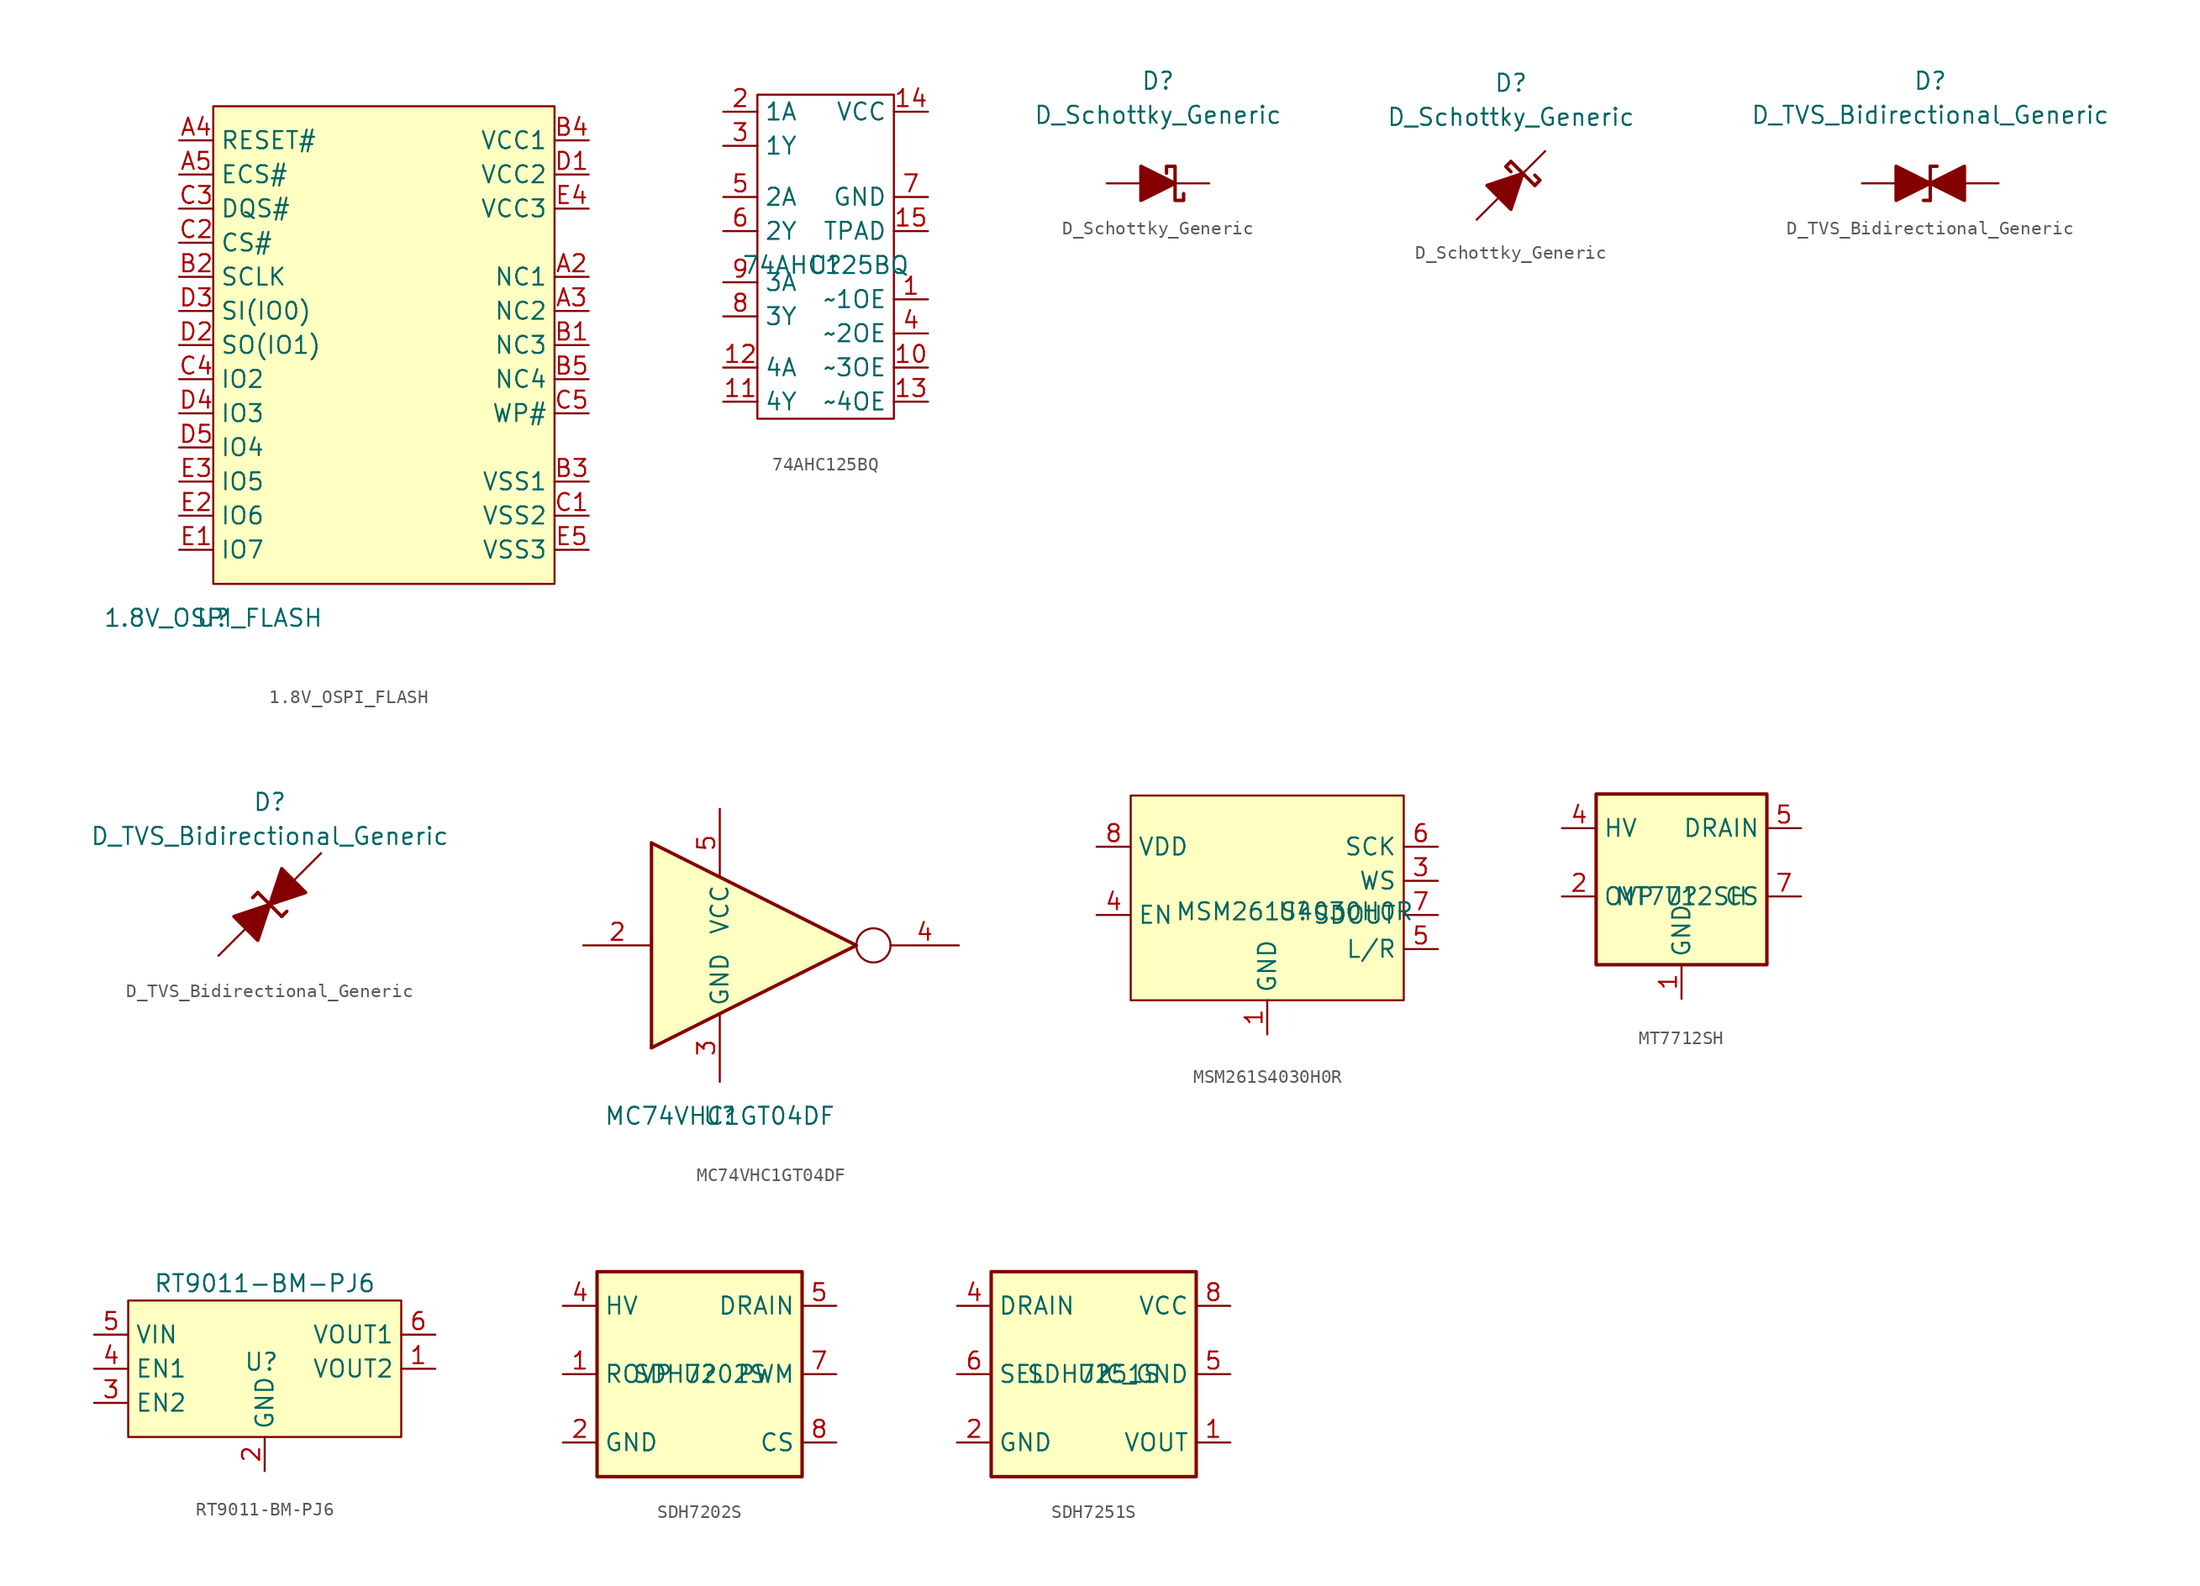
<source format=kicad_sym>
(kicad_symbol_lib
  (version 20241209)
  (generator "kicad_symbol_editor")
  (generator_version "9.0")
  (symbol "1.8V_OSPI_FLASH"
    (property "Reference" "U"
      (at 0 0 0)
      (effects (font (size 1.27 1.27))))
    (property "Value" "1.8V_OSPI_FLASH"
      (at 0 0 0)
      (effects (font (size 1.27 1.27))))
    (symbol "1.8V_OSPI_FLASH_0_0"
      (pin passive line (at -2.54 35.56 0) (length 2.54) (name "RESET#" (effects (font (size 1.27 1.27)))) (number "A4" (effects (font (size 1.27 1.27)))))
      (pin passive line (at -2.54 33.02 0) (length 2.54) (name "ECS#" (effects (font (size 1.27 1.27)))) (number "A5" (effects (font (size 1.27 1.27)))))
      (pin passive line (at -2.54 30.48 0) (length 2.54) (name "DQS#" (effects (font (size 1.27 1.27)))) (number "C3" (effects (font (size 1.27 1.27)))))
      (pin passive line (at -2.54 27.94 0) (length 2.54) (name "CS#" (effects (font (size 1.27 1.27)))) (number "C2" (effects (font (size 1.27 1.27)))))
      (pin passive line (at -2.54 25.4 0) (length 2.54) (name "SCLK" (effects (font (size 1.27 1.27)))) (number "B2" (effects (font (size 1.27 1.27)))))
      (pin passive line (at -2.54 22.86 0) (length 2.54) (name "SI(IO0)" (effects (font (size 1.27 1.27)))) (number "D3" (effects (font (size 1.27 1.27)))))
      (pin passive line (at -2.54 20.32 0) (length 2.54) (name "SO(IO1)" (effects (font (size 1.27 1.27)))) (number "D2" (effects (font (size 1.27 1.27)))))
      (pin passive line (at -2.54 17.78 0) (length 2.54) (name "IO2" (effects (font (size 1.27 1.27)))) (number "C4" (effects (font (size 1.27 1.27)))))
      (pin passive line (at -2.54 15.24 0) (length 2.54) (name "IO3" (effects (font (size 1.27 1.27)))) (number "D4" (effects (font (size 1.27 1.27)))))
      (pin passive line (at -2.54 12.7 0) (length 2.54) (name "IO4" (effects (font (size 1.27 1.27)))) (number "D5" (effects (font (size 1.27 1.27)))))
      (pin passive line (at -2.54 10.16 0) (length 2.54) (name "IO5" (effects (font (size 1.27 1.27)))) (number "E3" (effects (font (size 1.27 1.27)))))
      (pin passive line (at -2.54 7.62 0) (length 2.54) (name "IO6" (effects (font (size 1.27 1.27)))) (number "E2" (effects (font (size 1.27 1.27)))))
      (pin passive line (at -2.54 5.08 0) (length 2.54) (name "IO7" (effects (font (size 1.27 1.27)))) (number "E1" (effects (font (size 1.27 1.27)))))
      (pin passive line (at 27.94 35.56 180) (length 2.54) (name "VCC1" (effects (font (size 1.27 1.27)))) (number "B4" (effects (font (size 1.27 1.27)))))
      (pin passive line (at 27.94 33.02 180) (length 2.54) (name "VCC2" (effects (font (size 1.27 1.27)))) (number "D1" (effects (font (size 1.27 1.27)))))
      (pin passive line (at 27.94 30.48 180) (length 2.54) (name "VCC3" (effects (font (size 1.27 1.27)))) (number "E4" (effects (font (size 1.27 1.27)))))
      (pin passive line (at 27.94 25.4 180) (length 2.54) (name "NC1" (effects (font (size 1.27 1.27)))) (number "A2" (effects (font (size 1.27 1.27)))))
      (pin passive line (at 27.94 22.86 180) (length 2.54) (name "NC2" (effects (font (size 1.27 1.27)))) (number "A3" (effects (font (size 1.27 1.27)))))
      (pin passive line (at 27.94 20.32 180) (length 2.54) (name "NC3" (effects (font (size 1.27 1.27)))) (number "B1" (effects (font (size 1.27 1.27)))))
      (pin passive line (at 27.94 17.78 180) (length 2.54) (name "NC4" (effects (font (size 1.27 1.27)))) (number "B5" (effects (font (size 1.27 1.27)))))
      (pin passive line (at 27.94 15.24 180) (length 2.54) (name "WP#" (effects (font (size 1.27 1.27)))) (number "C5" (effects (font (size 1.27 1.27)))))
      (pin passive line (at 27.94 10.16 180) (length 2.54) (name "VSS1" (effects (font (size 1.27 1.27)))) (number "B3" (effects (font (size 1.27 1.27)))))
      (pin passive line (at 27.94 7.62 180) (length 2.54) (name "VSS2" (effects (font (size 1.27 1.27)))) (number "C1" (effects (font (size 1.27 1.27))))))
    (symbol "1.8V_OSPI_FLASH_1_0"
      (pin passive line (at 27.94 5.08 180) (length 2.54) (name "VSS3" (effects (font (size 1.27 1.27)))) (number "E5" (effects (font (size 1.27 1.27))))))
    (symbol "1.8V_OSPI_FLASH_1_1"
      (rectangle (start 0 38.1) (end 25.4 2.54) (stroke (width 0) (type solid)) (fill (type background)))))
  (symbol "74AHC125BQ"
    (property "Reference" "U"
      (at 0 0 0)
      (effects (font (size 1.27 1.27))))
    (property "Value" "74AHC125BQ"
      (at 0 0 0)
      (effects (font (size 1.27 1.27))))
    (symbol "74AHC125BQ_0_0"
      (pin unspecified line (at -7.62 11.43 0) (length 2.54) (name "1A" (effects (font (size 1.27 1.27)))) (number "2" (effects (font (size 1.27 1.27)))))
      (pin unspecified line (at -7.62 8.89 0) (length 2.54) (name "1Y" (effects (font (size 1.27 1.27)))) (number "3" (effects (font (size 1.27 1.27)))))
      (pin unspecified line (at -7.62 5.08 0) (length 2.54) (name "2A" (effects (font (size 1.27 1.27)))) (number "5" (effects (font (size 1.27 1.27)))))
      (pin unspecified line (at -7.62 2.54 0) (length 2.54) (name "2Y" (effects (font (size 1.27 1.27)))) (number "6" (effects (font (size 1.27 1.27)))))
      (pin unspecified line (at -7.62 -1.27 0) (length 2.54) (name "3A" (effects (font (size 1.27 1.27)))) (number "9" (effects (font (size 1.27 1.27)))))
      (pin unspecified line (at -7.62 -3.81 0) (length 2.54) (name "3Y" (effects (font (size 1.27 1.27)))) (number "8" (effects (font (size 1.27 1.27)))))
      (pin unspecified line (at -7.62 -7.62 0) (length 2.54) (name "4A" (effects (font (size 1.27 1.27)))) (number "12" (effects (font (size 1.27 1.27)))))
      (pin unspecified line (at -7.62 -10.16 0) (length 2.54) (name "4Y" (effects (font (size 1.27 1.27)))) (number "11" (effects (font (size 1.27 1.27)))))
      (pin unspecified line (at 7.62 11.43 180) (length 2.54) (name "VCC" (effects (font (size 1.27 1.27)))) (number "14" (effects (font (size 1.27 1.27)))))
      (pin unspecified line (at 7.62 5.08 180) (length 2.54) (name "GND" (effects (font (size 1.27 1.27)))) (number "7" (effects (font (size 1.27 1.27)))))
      (pin unspecified line (at 7.62 2.54 180) (length 2.54) (name "TPAD" (effects (font (size 1.27 1.27)))) (number "15" (effects (font (size 1.27 1.27)))))
      (pin unspecified line (at 7.62 -2.54 180) (length 2.54) (name "~1OE" (effects (font (size 1.27 1.27)))) (number "1" (effects (font (size 1.27 1.27)))))
      (pin unspecified line (at 7.62 -5.08 180) (length 2.54) (name "~2OE" (effects (font (size 1.27 1.27)))) (number "4" (effects (font (size 1.27 1.27)))))
      (pin unspecified line (at 7.62 -7.62 180) (length 2.54) (name "~3OE" (effects (font (size 1.27 1.27)))) (number "10" (effects (font (size 1.27 1.27))))))
    (symbol "74AHC125BQ_0_1"
      (rectangle (start -5.08 12.7) (end 5.08 -11.43) (stroke (width 0) (type default)) (fill (type none))))
    (symbol "74AHC125BQ_1_0"
      (pin unspecified line (at 7.62 -10.16 180) (length 2.54) (name "~4OE" (effects (font (size 1.27 1.27)))) (number "13" (effects (font (size 1.27 1.27)))))))
  (symbol "D_Schottky_Generic"
    (pin_numbers
      (hide yes))
    (pin_names
      (offset 1.016)
      (hide yes))
    (property "Reference" "D"
      (at 0 7.62 0)
      (effects (font (size 1.27 1.27))))
    (property "Value" "D_Schottky_Generic"
      (at 0 5.08 0)
      (effects (font (size 1.27 1.27))))
    (symbol "D_Schottky_Generic_0_1"
      (polyline (pts (xy -1.27 0) (xy 1.27 0)) (stroke (width 0) (type default)) (fill (type none)))
      (polyline (pts (xy -1.27 -1.27) (xy -1.27 1.27) (xy 1.27 0) (xy -1.27 -1.27)) (stroke (width 0.254) (type default)) (fill (type outline)))
      (polyline (pts (xy 1.905 -0.762) (xy 1.905 -1.27) (xy 1.27 -1.27) (xy 1.27 1.27) (xy 0.635 1.27) (xy 0.635 0.762)) (stroke (width 0.254) (type default)) (fill (type none))))
    (symbol "D_Schottky_Generic_0_2"
      (polyline (pts (xy -2.54 -2.54) (xy 2.54 2.54)) (stroke (width 0) (type default)) (fill (type none)))
      (polyline (pts (xy -0.889 -0.889) (xy -1.778 0) (xy 0.889 0.889) (xy 0 -1.778) (xy -0.889 -0.889)) (stroke (width 0.254) (type default)) (fill (type outline)))
      (polyline (pts (xy 0 1.778) (xy 1.778 0)) (stroke (width 0.254) (type default)) (fill (type none)))
      (polyline (pts (xy 0 1.778) (xy -0.381 1.397) (xy 0 1.016)) (stroke (width 0.254) (type default)) (fill (type none)))
      (polyline (pts (xy 1.778 0) (xy 2.159 0.381) (xy 1.778 0.762)) (stroke (width 0.254) (type default)) (fill (type none))))
    (symbol "D_Schottky_Generic_1_1"
      (pin passive line (at -3.81 0 0) (length 2.54) (name "A" (effects (font (size 1.27 1.27)))) (number "2" (effects (font (size 1.27 1.27)))))
      (pin passive line (at 3.81 0 180) (length 2.54) (name "K" (effects (font (size 1.27 1.27)))) (number "1" (effects (font (size 1.27 1.27))))))
    (symbol "D_Schottky_Generic_1_2"
      (pin passive line (at -2.54 -2.54 0) (length 0) (name "A" (effects (font (size 1.27 1.27)))) (number "2" (effects (font (size 1.27 1.27)))))
      (pin passive line (at 2.54 2.54 180) (length 0) (name "K" (effects (font (size 1.27 1.27)))) (number "1" (effects (font (size 1.27 1.27)))))))
  (symbol "D_TVS_Bidirectional_Generic"
    (pin_numbers
      (hide yes))
    (pin_names
      (offset 1.016)
      (hide yes))
    (property "Reference" "D"
      (at 0 7.62 0)
      (effects (font (size 1.27 1.27))))
    (property "Value" "D_TVS_Bidirectional_Generic"
      (at 0 5.08 0)
      (effects (font (size 1.27 1.27))))
    (symbol "D_TVS_Bidirectional_Generic_0_1"
      (polyline (pts (xy 0 1.27) (xy 0 -1.27)) (stroke (width 0.254) (type default)) (fill (type none)))
      (polyline (pts (xy 0 1.27) (xy 0.508 1.27)) (stroke (width 0.254) (type default)) (fill (type none)))
      (polyline (pts (xy 0 0) (xy -2.54 1.27) (xy -2.54 -1.27) (xy 0 0)) (stroke (width 0.254) (type default)) (fill (type outline)))
      (polyline (pts (xy 0 -1.27) (xy -0.508 -1.27)) (stroke (width 0.254) (type default)) (fill (type none)))
      (polyline (pts (xy 1.27 0) (xy -1.27 0)) (stroke (width 0) (type default)) (fill (type none)))
      (polyline (pts (xy 2.54 1.27) (xy 2.54 -1.27) (xy 0 0) (xy 2.54 1.27)) (stroke (width 0.254) (type default)) (fill (type outline))))
    (symbol "D_TVS_Bidirectional_Generic_0_2"
      (polyline (pts (xy -3.81 -3.81) (xy 3.81 3.81)) (stroke (width 0) (type default)) (fill (type none)))
      (polyline (pts (xy -1.778 -1.778) (xy -2.667 -0.889) (xy 0 0) (xy -0.889 -2.667) (xy -1.778 -1.778)) (stroke (width 0.254) (type default)) (fill (type outline)))
      (polyline (pts (xy -0.889 0.889) (xy -1.27 0.508)) (stroke (width 0.254) (type default)) (fill (type none)))
      (polyline (pts (xy -0.889 0.889) (xy 0.889 -0.889)) (stroke (width 0.254) (type default)) (fill (type none)))
      (polyline (pts (xy 0.889 -0.889) (xy 1.27 -0.508)) (stroke (width 0.254) (type default)) (fill (type none)))
      (polyline (pts (xy 1.778 1.778) (xy 2.667 0.889) (xy 0 0) (xy 0.889 2.667) (xy 1.778 1.778)) (stroke (width 0.254) (type default)) (fill (type outline))))
    (symbol "D_TVS_Bidirectional_Generic_1_1"
      (pin passive line (at -5.08 0 0) (length 2.54) (name "K" (effects (font (size 1.27 1.27)))) (number "1" (effects (font (size 1.27 1.27)))))
      (pin passive line (at 5.08 0 180) (length 2.54) (name "A" (effects (font (size 1.27 1.27)))) (number "2" (effects (font (size 1.27 1.27))))))
    (symbol "D_TVS_Bidirectional_Generic_1_2"
      (pin passive line (at -3.81 -3.81 0) (length 0) (name "A" (effects (font (size 1.27 1.27)))) (number "2" (effects (font (size 1.27 1.27)))))
      (pin passive line (at 3.81 3.81 180) (length 0) (name "K" (effects (font (size 1.27 1.27)))) (number "1" (effects (font (size 1.27 1.27)))))))
  (symbol "MC74VHC1GT04DF"
    (property "Reference" "U"
      (at 0 0 0)
      (effects (font (size 1.27 1.27))))
    (property "Value" "MC74VHC1GT04DF"
      (at 0 0 0)
      (effects (font (size 1.27 1.27))))
    (symbol "MC74VHC1GT04DF_0_1"
      (rectangle (start -5.08 20.32) (end -5.08 5.08) (stroke (width 0.254) (type default)) (fill (type background)))
      (polyline (pts (xy -5.08 5.08) (xy 10.16 12.7) (xy -5.08 20.32)) (stroke (width 0.254) (type default)) (fill (type background)))
      (circle (center 11.43 12.7) (radius 1.27) (stroke (width 0) (type default)) (fill (type none))))
    (symbol "MC74VHC1GT04DF_1_1"
      (pin input line (at -10.16 12.7 0) (length 5.08) (name "~" (effects (font (size 1.27 1.27)))) (number "2" (effects (font (size 1.27 1.27)))))
      (pin power_in line (at 0 22.86 270) (length 5.08) (name "VCC" (effects (font (size 1.27 1.27)))) (number "5" (effects (font (size 1.27 1.27)))))
      (pin power_in line (at 0 2.54 90) (length 5.08) (name "GND" (effects (font (size 1.27 1.27)))) (number "3" (effects (font (size 1.27 1.27)))))
      (pin no_connect line (at 10.16 12.7 180) (length 5.08) (hide yes) (name "NC" (effects (font (size 1.27 1.27)))) (number "1" (effects (font (size 1.27 1.27)))))
      (pin output line (at 17.78 12.7 180) (length 5.08) (name "~" (effects (font (size 1.27 1.27)))) (number "4" (effects (font (size 1.27 1.27)))))))
  (symbol "MSM261S4030H0R"
    (property "Reference" "U"
      (at 2.032 0.254 0)
      (effects (font (size 1.27 1.27))))
    (property "Value" "MSM261S4030H0R"
      (at 2.032 0.254 0)
      (effects (font (size 1.27 1.27))))
    (symbol "MSM261S4030H0R_1_1"
      (rectangle (start 10.16 8.89) (end -10.16 -6.35) (stroke (width 0) (type solid)) (fill (type background)))
      (pin power_in line (at -12.7 5.08 0) (length 2.54) (name "VDD" (effects (font (size 1.27 1.27)))) (number "8" (effects (font (size 1.27 1.27)))))
      (pin input line (at -12.7 0 0) (length 2.54) (name "EN" (effects (font (size 1.27 1.27)))) (number "4" (effects (font (size 1.27 1.27)))))
      (pin passive line (at 0 -8.89 90) (length 2.54) (name "GND" (effects (font (size 1.27 1.27)))) (number "1" (effects (font (size 1.27 1.27)))))
      (pin no_connect line (at 1.27 0 180) (length 2.54) (hide yes) (name "NC" (effects (font (size 1.27 1.27)))) (number "2" (effects (font (size 1.27 1.27)))))
      (pin input line (at 12.7 5.08 180) (length 2.54) (name "SCK" (effects (font (size 1.27 1.27)))) (number "6" (effects (font (size 1.27 1.27)))))
      (pin power_out line (at 12.7 2.54 180) (length 2.54) (name "WS" (effects (font (size 1.27 1.27)))) (number "3" (effects (font (size 1.27 1.27)))))
      (pin output line (at 12.7 0 180) (length 2.54) (name "SDOUT" (effects (font (size 1.27 1.27)))) (number "7" (effects (font (size 1.27 1.27)))))
      (pin input line (at 12.7 -2.54 180) (length 2.54) (name "L/R" (effects (font (size 1.27 1.27)))) (number "5" (effects (font (size 1.27 1.27)))))))
  (symbol "MT7712SH"
    (property "Reference" "U"
      (at 0 0 0)
      (effects (font (size 1.27 1.27))))
    (property "Value" "MT7712SH"
      (at 0 0 0)
      (effects (font (size 1.27 1.27))))
    (symbol "MT7712SH_0_1"
      (rectangle (start -6.35 7.62) (end 6.35 -5.08) (stroke (width 0.254) (type solid)) (fill (type background))))
    (symbol "MT7712SH_1_1"
      (pin power_in line (at -8.89 5.08 0) (length 2.54) (name "HV" (effects (font (size 1.27 1.27)))) (number "4" (effects (font (size 1.27 1.27)))))
      (pin passive line (at -8.89 0 0) (length 2.54) (name "OVP" (effects (font (size 1.27 1.27)))) (number "2" (effects (font (size 1.27 1.27)))))
      (pin no_connect line (at -2.54 2.54 0) (length 2.54) (hide yes) (name "NC" (effects (font (size 1.27 1.27)))) (number "3" (effects (font (size 1.27 1.27)))))
      (pin power_in line (at 0 -7.62 90) (length 2.54) (name "GND" (effects (font (size 1.27 1.27)))) (number "1" (effects (font (size 1.27 1.27)))))
      (pin power_out line (at 8.89 5.08 180) (length 2.54) (name "DRAIN" (effects (font (size 1.27 1.27)))) (number "5" (effects (font (size 1.27 1.27)))))
      (pin power_out line (at 8.89 5.08 180) (length 2.54) (hide yes) (name "DRAIN" (effects (font (size 1.27 1.27)))) (number "6" (effects (font (size 1.27 1.27)))))
      (pin passive line (at 8.89 0 180) (length 2.54) (name "CS" (effects (font (size 1.27 1.27)))) (number "7" (effects (font (size 1.27 1.27)))))))
  (symbol "RT9011-BM-PJ6"
    (property "Reference" "U"
      (at -0.254 0.508 0)
      (effects (font (size 1.27 1.27))))
    (property "Value" "RT9011-BM-PJ6"
      (at 0 6.35 0)
      (effects (font (size 1.27 1.27))))
    (symbol "RT9011-BM-PJ6_1_1"
      (rectangle (start -10.16 5.08) (end 10.16 -5.08) (stroke (width 0) (type solid)) (fill (type background)))
      (pin input line (at -12.7 2.54 0) (length 2.54) (name "VIN" (effects (font (size 1.27 1.27)))) (number "5" (effects (font (size 1.27 1.27)))))
      (pin input line (at -12.7 0 0) (length 2.54) (name "EN1" (effects (font (size 1.27 1.27)))) (number "4" (effects (font (size 1.27 1.27)))))
      (pin input line (at -12.7 -2.54 0) (length 2.54) (name "EN2" (effects (font (size 1.27 1.27)))) (number "3" (effects (font (size 1.27 1.27)))))
      (pin input line (at 0 -7.62 90) (length 2.54) (name "GND" (effects (font (size 1.27 1.27)))) (number "2" (effects (font (size 1.27 1.27)))))
      (pin input line (at 12.7 2.54 180) (length 2.54) (name "VOUT1" (effects (font (size 1.27 1.27)))) (number "6" (effects (font (size 1.27 1.27)))))
      (pin input line (at 12.7 0 180) (length 2.54) (name "VOUT2" (effects (font (size 1.27 1.27)))) (number "1" (effects (font (size 1.27 1.27)))))))
  (symbol "SDH7202S"
    (property "Reference" "U"
      (at 0 0 0)
      (effects (font (size 1.27 1.27))))
    (property "Value" "SDH7202S"
      (at 0 0 0)
      (effects (font (size 1.27 1.27))))
    (symbol "SDH7202S_0_1"
      (rectangle (start -7.62 7.62) (end 7.62 -7.62) (stroke (width 0.254) (type solid)) (fill (type background))))
    (symbol "SDH7202S_1_1"
      (pin power_in line (at -10.16 5.08 0) (length 2.54) (name "HV" (effects (font (size 1.27 1.27)))) (number "4" (effects (font (size 1.27 1.27)))))
      (pin passive line (at -10.16 0 0) (length 2.54) (name "ROVP" (effects (font (size 1.27 1.27)))) (number "1" (effects (font (size 1.27 1.27)))))
      (pin power_in line (at -10.16 -5.08 0) (length 2.54) (name "GND" (effects (font (size 1.27 1.27)))) (number "2" (effects (font (size 1.27 1.27)))))
      (pin no_connect line (at -2.54 -2.54 0) (length 2.54) (hide yes) (name "NC" (effects (font (size 1.27 1.27)))) (number "3" (effects (font (size 1.27 1.27)))))
      (pin no_connect line (at 2.54 -2.54 180) (length 2.54) (hide yes) (name "NC" (effects (font (size 1.27 1.27)))) (number "6" (effects (font (size 1.27 1.27)))))
      (pin power_out line (at 10.16 5.08 180) (length 2.54) (name "DRAIN" (effects (font (size 1.27 1.27)))) (number "5" (effects (font (size 1.27 1.27)))))
      (pin input line (at 10.16 0 180) (length 2.54) (name "PWM" (effects (font (size 1.27 1.27)))) (number "7" (effects (font (size 1.27 1.27)))))
      (pin passive line (at 10.16 -5.08 180) (length 2.54) (name "CS" (effects (font (size 1.27 1.27)))) (number "8" (effects (font (size 1.27 1.27)))))))
  (symbol "SDH7251S"
    (property "Reference" "U"
      (at 0 0 0)
      (effects (font (size 1.27 1.27))))
    (property "Value" "SDH7251S"
      (at 0 0 0)
      (effects (font (size 1.27 1.27))))
    (symbol "SDH7251S_0_1"
      (rectangle (start -7.62 7.62) (end 7.62 -7.62) (stroke (width 0.254) (type solid)) (fill (type background))))
    (symbol "SDH7251S_1_1"
      (pin power_in line (at -10.16 5.08 0) (length 2.54) (name "DRAIN" (effects (font (size 1.27 1.27)))) (number "4" (effects (font (size 1.27 1.27)))))
      (pin input line (at -10.16 0 0) (length 2.54) (name "SEL" (effects (font (size 1.27 1.27)))) (number "6" (effects (font (size 1.27 1.27)))))
      (pin power_in line (at -10.16 -5.08 0) (length 2.54) (name "GND" (effects (font (size 1.27 1.27)))) (number "2" (effects (font (size 1.27 1.27)))))
      (pin no_connect line (at -5.08 -2.54 0) (length 2.54) (hide yes) (name "NC" (effects (font (size 1.27 1.27)))) (number "3" (effects (font (size 1.27 1.27)))))
      (pin no_connect line (at -5.08 -2.54 0) (length 2.54) (hide yes) (name "NC" (effects (font (size 1.27 1.27)))) (number "7" (effects (font (size 1.27 1.27)))))
      (pin passive line (at 10.16 5.08 180) (length 2.54) (name "VCC" (effects (font (size 1.27 1.27)))) (number "8" (effects (font (size 1.27 1.27)))))
      (pin power_out line (at 10.16 0 180) (length 2.54) (name "IC_GND" (effects (font (size 1.27 1.27)))) (number "5" (effects (font (size 1.27 1.27)))))
      (pin power_out line (at 10.16 -5.08 180) (length 2.54) (name "VOUT" (effects (font (size 1.27 1.27)))) (number "1" (effects (font (size 1.27 1.27))))))))
</source>
